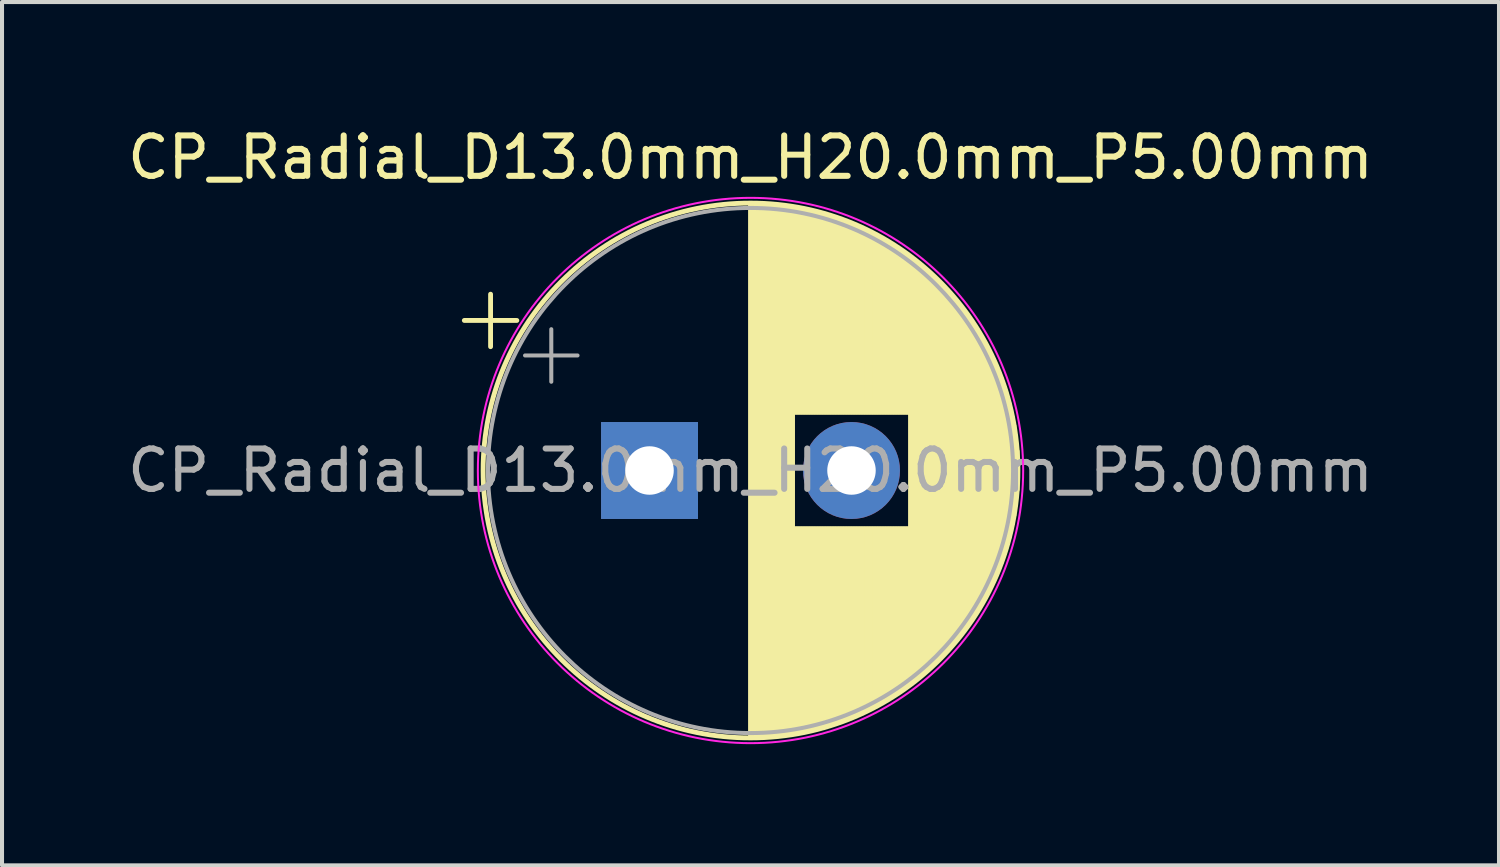
<source format=kicad_pcb>
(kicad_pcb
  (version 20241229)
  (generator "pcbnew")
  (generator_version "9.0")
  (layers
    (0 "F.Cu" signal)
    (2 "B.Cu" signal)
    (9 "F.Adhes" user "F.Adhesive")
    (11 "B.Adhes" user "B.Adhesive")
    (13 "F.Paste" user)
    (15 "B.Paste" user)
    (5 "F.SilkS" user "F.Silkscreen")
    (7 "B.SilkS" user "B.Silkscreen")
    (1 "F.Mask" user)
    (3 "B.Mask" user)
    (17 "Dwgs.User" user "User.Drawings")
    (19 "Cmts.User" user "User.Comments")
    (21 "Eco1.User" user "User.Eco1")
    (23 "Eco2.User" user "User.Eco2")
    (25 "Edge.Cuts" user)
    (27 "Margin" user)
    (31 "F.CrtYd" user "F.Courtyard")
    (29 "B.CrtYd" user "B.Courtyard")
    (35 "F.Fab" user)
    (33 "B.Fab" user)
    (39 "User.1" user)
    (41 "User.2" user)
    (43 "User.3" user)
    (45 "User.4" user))
  (footprint "CP_Radial_D13.0mm_H20.0mm_P5.00mm"
    (layer "F.Cu")
    (at 13.03 8.598)
    (property "Reference" "CP_Radial_D13.0mm_H20.0mm_P5.00mm" (at 2.5 -7.75 0) (layer "F.SilkS") (effects (font (size 1 1) (thickness 0.15))))
    (attr through_hole)
    (fp_line (start -4.585 -3.715) (end -3.285 -3.715) (stroke (width 0.12) (type solid)) (layer "F.SilkS"))
    (fp_line (start -3.935 -4.365) (end -3.935 -3.065) (stroke (width 0.12) (type solid)) (layer "F.SilkS"))
    (fp_line (start 2.5 -6.58) (end 2.5 6.58) (stroke (width 0.12) (type solid)) (layer "F.SilkS"))
    (fp_line (start 2.54 -6.58) (end 2.54 6.58) (stroke (width 0.12) (type solid)) (layer "F.SilkS"))
    (fp_line (start 2.58 -6.58) (end 2.58 6.58) (stroke (width 0.12) (type solid)) (layer "F.SilkS"))
    (fp_line (start 2.62 -6.579) (end 2.62 6.579) (stroke (width 0.12) (type solid)) (layer "F.SilkS"))
    (fp_line (start 2.66 -6.579) (end 2.66 6.579) (stroke (width 0.12) (type solid)) (layer "F.SilkS"))
    (fp_line (start 2.7 -6.577) (end 2.7 6.577) (stroke (width 0.12) (type solid)) (layer "F.SilkS"))
    (fp_line (start 2.74 -6.576) (end 2.74 6.576) (stroke (width 0.12) (type solid)) (layer "F.SilkS"))
    (fp_line (start 2.78 -6.575) (end 2.78 6.575) (stroke (width 0.12) (type solid)) (layer "F.SilkS"))
    (fp_line (start 2.82 -6.573) (end 2.82 6.573) (stroke (width 0.12) (type solid)) (layer "F.SilkS"))
    (fp_line (start 2.86 -6.571) (end 2.86 6.571) (stroke (width 0.12) (type solid)) (layer "F.SilkS"))
    (fp_line (start 2.9 -6.568) (end 2.9 6.568) (stroke (width 0.12) (type solid)) (layer "F.SilkS"))
    (fp_line (start 2.94 -6.566) (end 2.94 6.566) (stroke (width 0.12) (type solid)) (layer "F.SilkS"))
    (fp_line (start 2.98 -6.563) (end 2.98 6.563) (stroke (width 0.12) (type solid)) (layer "F.SilkS"))
    (fp_line (start 3.02 -6.56) (end 3.02 6.56) (stroke (width 0.12) (type solid)) (layer "F.SilkS"))
    (fp_line (start 3.06 -6.557) (end 3.06 6.557) (stroke (width 0.12) (type solid)) (layer "F.SilkS"))
    (fp_line (start 3.1 -6.553) (end 3.1 6.553) (stroke (width 0.12) (type solid)) (layer "F.SilkS"))
    (fp_line (start 3.14 -6.549) (end 3.14 6.549) (stroke (width 0.12) (type solid)) (layer "F.SilkS"))
    (fp_line (start 3.18 -6.545) (end 3.18 6.545) (stroke (width 0.12) (type solid)) (layer "F.SilkS"))
    (fp_line (start 3.221 -6.541) (end 3.221 6.541) (stroke (width 0.12) (type solid)) (layer "F.SilkS"))
    (fp_line (start 3.261 -6.537) (end 3.261 6.537) (stroke (width 0.12) (type solid)) (layer "F.SilkS"))
    (fp_line (start 3.301 -6.532) (end 3.301 6.532) (stroke (width 0.12) (type solid)) (layer "F.SilkS"))
    (fp_line (start 3.341 -6.527) (end 3.341 6.527) (stroke (width 0.12) (type solid)) (layer "F.SilkS"))
    (fp_line (start 3.381 -6.522) (end 3.381 6.522) (stroke (width 0.12) (type solid)) (layer "F.SilkS"))
    (fp_line (start 3.421 -6.516) (end 3.421 6.516) (stroke (width 0.12) (type solid)) (layer "F.SilkS"))
    (fp_line (start 3.461 -6.511) (end 3.461 6.511) (stroke (width 0.12) (type solid)) (layer "F.SilkS"))
    (fp_line (start 3.501 -6.505) (end 3.501 6.505) (stroke (width 0.12) (type solid)) (layer "F.SilkS"))
    (fp_line (start 3.541 -6.498) (end 3.541 6.498) (stroke (width 0.12) (type solid)) (layer "F.SilkS"))
    (fp_line (start 3.581 -6.492) (end 3.581 -1.44) (stroke (width 0.12) (type solid)) (layer "F.SilkS"))
    (fp_line (start 3.581 1.44) (end 3.581 6.492) (stroke (width 0.12) (type solid)) (layer "F.SilkS"))
    (fp_line (start 3.621 -6.485) (end 3.621 -1.44) (stroke (width 0.12) (type solid)) (layer "F.SilkS"))
    (fp_line (start 3.621 1.44) (end 3.621 6.485) (stroke (width 0.12) (type solid)) (layer "F.SilkS"))
    (fp_line (start 3.661 -6.478) (end 3.661 -1.44) (stroke (width 0.12) (type solid)) (layer "F.SilkS"))
    (fp_line (start 3.661 1.44) (end 3.661 6.478) (stroke (width 0.12) (type solid)) (layer "F.SilkS"))
    (fp_line (start 3.701 -6.471) (end 3.701 -1.44) (stroke (width 0.12) (type solid)) (layer "F.SilkS"))
    (fp_line (start 3.701 1.44) (end 3.701 6.471) (stroke (width 0.12) (type solid)) (layer "F.SilkS"))
    (fp_line (start 3.741 -6.463) (end 3.741 -1.44) (stroke (width 0.12) (type solid)) (layer "F.SilkS"))
    (fp_line (start 3.741 1.44) (end 3.741 6.463) (stroke (width 0.12) (type solid)) (layer "F.SilkS"))
    (fp_line (start 3.781 -6.456) (end 3.781 -1.44) (stroke (width 0.12) (type solid)) (layer "F.SilkS"))
    (fp_line (start 3.781 1.44) (end 3.781 6.456) (stroke (width 0.12) (type solid)) (layer "F.SilkS"))
    (fp_line (start 3.821 -6.448) (end 3.821 -1.44) (stroke (width 0.12) (type solid)) (layer "F.SilkS"))
    (fp_line (start 3.821 1.44) (end 3.821 6.448) (stroke (width 0.12) (type solid)) (layer "F.SilkS"))
    (fp_line (start 3.861 -6.439) (end 3.861 -1.44) (stroke (width 0.12) (type solid)) (layer "F.SilkS"))
    (fp_line (start 3.861 1.44) (end 3.861 6.439) (stroke (width 0.12) (type solid)) (layer "F.SilkS"))
    (fp_line (start 3.901 -6.431) (end 3.901 -1.44) (stroke (width 0.12) (type solid)) (layer "F.SilkS"))
    (fp_line (start 3.901 1.44) (end 3.901 6.431) (stroke (width 0.12) (type solid)) (layer "F.SilkS"))
    (fp_line (start 3.941 -6.422) (end 3.941 -1.44) (stroke (width 0.12) (type solid)) (layer "F.SilkS"))
    (fp_line (start 3.941 1.44) (end 3.941 6.422) (stroke (width 0.12) (type solid)) (layer "F.SilkS"))
    (fp_line (start 3.981 -6.413) (end 3.981 -1.44) (stroke (width 0.12) (type solid)) (layer "F.SilkS"))
    (fp_line (start 3.981 1.44) (end 3.981 6.413) (stroke (width 0.12) (type solid)) (layer "F.SilkS"))
    (fp_line (start 4.021 -6.404) (end 4.021 -1.44) (stroke (width 0.12) (type solid)) (layer "F.SilkS"))
    (fp_line (start 4.021 1.44) (end 4.021 6.404) (stroke (width 0.12) (type solid)) (layer "F.SilkS"))
    (fp_line (start 4.061 -6.394) (end 4.061 -1.44) (stroke (width 0.12) (type solid)) (layer "F.SilkS"))
    (fp_line (start 4.061 1.44) (end 4.061 6.394) (stroke (width 0.12) (type solid)) (layer "F.SilkS"))
    (fp_line (start 4.101 -6.384) (end 4.101 -1.44) (stroke (width 0.12) (type solid)) (layer "F.SilkS"))
    (fp_line (start 4.101 1.44) (end 4.101 6.384) (stroke (width 0.12) (type solid)) (layer "F.SilkS"))
    (fp_line (start 4.141 -6.374) (end 4.141 -1.44) (stroke (width 0.12) (type solid)) (layer "F.SilkS"))
    (fp_line (start 4.141 1.44) (end 4.141 6.374) (stroke (width 0.12) (type solid)) (layer "F.SilkS"))
    (fp_line (start 4.181 -6.364) (end 4.181 -1.44) (stroke (width 0.12) (type solid)) (layer "F.SilkS"))
    (fp_line (start 4.181 1.44) (end 4.181 6.364) (stroke (width 0.12) (type solid)) (layer "F.SilkS"))
    (fp_line (start 4.221 -6.353) (end 4.221 -1.44) (stroke (width 0.12) (type solid)) (layer "F.SilkS"))
    (fp_line (start 4.221 1.44) (end 4.221 6.353) (stroke (width 0.12) (type solid)) (layer "F.SilkS"))
    (fp_line (start 4.261 -6.342) (end 4.261 -1.44) (stroke (width 0.12) (type solid)) (layer "F.SilkS"))
    (fp_line (start 4.261 1.44) (end 4.261 6.342) (stroke (width 0.12) (type solid)) (layer "F.SilkS"))
    (fp_line (start 4.301 -6.331) (end 4.301 -1.44) (stroke (width 0.12) (type solid)) (layer "F.SilkS"))
    (fp_line (start 4.301 1.44) (end 4.301 6.331) (stroke (width 0.12) (type solid)) (layer "F.SilkS"))
    (fp_line (start 4.341 -6.32) (end 4.341 -1.44) (stroke (width 0.12) (type solid)) (layer "F.SilkS"))
    (fp_line (start 4.341 1.44) (end 4.341 6.32) (stroke (width 0.12) (type solid)) (layer "F.SilkS"))
    (fp_line (start 4.381 -6.308) (end 4.381 -1.44) (stroke (width 0.12) (type solid)) (layer "F.SilkS"))
    (fp_line (start 4.381 1.44) (end 4.381 6.308) (stroke (width 0.12) (type solid)) (layer "F.SilkS"))
    (fp_line (start 4.421 -6.296) (end 4.421 -1.44) (stroke (width 0.12) (type solid)) (layer "F.SilkS"))
    (fp_line (start 4.421 1.44) (end 4.421 6.296) (stroke (width 0.12) (type solid)) (layer "F.SilkS"))
    (fp_line (start 4.461 -6.284) (end 4.461 -1.44) (stroke (width 0.12) (type solid)) (layer "F.SilkS"))
    (fp_line (start 4.461 1.44) (end 4.461 6.284) (stroke (width 0.12) (type solid)) (layer "F.SilkS"))
    (fp_line (start 4.501 -6.271) (end 4.501 -1.44) (stroke (width 0.12) (type solid)) (layer "F.SilkS"))
    (fp_line (start 4.501 1.44) (end 4.501 6.271) (stroke (width 0.12) (type solid)) (layer "F.SilkS"))
    (fp_line (start 4.541 -6.258) (end 4.541 -1.44) (stroke (width 0.12) (type solid)) (layer "F.SilkS"))
    (fp_line (start 4.541 1.44) (end 4.541 6.258) (stroke (width 0.12) (type solid)) (layer "F.SilkS"))
    (fp_line (start 4.581 -6.245) (end 4.581 -1.44) (stroke (width 0.12) (type solid)) (layer "F.SilkS"))
    (fp_line (start 4.581 1.44) (end 4.581 6.245) (stroke (width 0.12) (type solid)) (layer "F.SilkS"))
    (fp_line (start 4.621 -6.232) (end 4.621 -1.44) (stroke (width 0.12) (type solid)) (layer "F.SilkS"))
    (fp_line (start 4.621 1.44) (end 4.621 6.232) (stroke (width 0.12) (type solid)) (layer "F.SilkS"))
    (fp_line (start 4.661 -6.218) (end 4.661 -1.44) (stroke (width 0.12) (type solid)) (layer "F.SilkS"))
    (fp_line (start 4.661 1.44) (end 4.661 6.218) (stroke (width 0.12) (type solid)) (layer "F.SilkS"))
    (fp_line (start 4.701 -6.204) (end 4.701 -1.44) (stroke (width 0.12) (type solid)) (layer "F.SilkS"))
    (fp_line (start 4.701 1.44) (end 4.701 6.204) (stroke (width 0.12) (type solid)) (layer "F.SilkS"))
    (fp_line (start 4.741 -6.19) (end 4.741 -1.44) (stroke (width 0.12) (type solid)) (layer "F.SilkS"))
    (fp_line (start 4.741 1.44) (end 4.741 6.19) (stroke (width 0.12) (type solid)) (layer "F.SilkS"))
    (fp_line (start 4.781 -6.175) (end 4.781 -1.44) (stroke (width 0.12) (type solid)) (layer "F.SilkS"))
    (fp_line (start 4.781 1.44) (end 4.781 6.175) (stroke (width 0.12) (type solid)) (layer "F.SilkS"))
    (fp_line (start 4.821 -6.161) (end 4.821 -1.44) (stroke (width 0.12) (type solid)) (layer "F.SilkS"))
    (fp_line (start 4.821 1.44) (end 4.821 6.161) (stroke (width 0.12) (type solid)) (layer "F.SilkS"))
    (fp_line (start 4.861 -6.146) (end 4.861 -1.44) (stroke (width 0.12) (type solid)) (layer "F.SilkS"))
    (fp_line (start 4.861 1.44) (end 4.861 6.146) (stroke (width 0.12) (type solid)) (layer "F.SilkS"))
    (fp_line (start 4.901 -6.13) (end 4.901 -1.44) (stroke (width 0.12) (type solid)) (layer "F.SilkS"))
    (fp_line (start 4.901 1.44) (end 4.901 6.13) (stroke (width 0.12) (type solid)) (layer "F.SilkS"))
    (fp_line (start 4.941 -6.114) (end 4.941 -1.44) (stroke (width 0.12) (type solid)) (layer "F.SilkS"))
    (fp_line (start 4.941 1.44) (end 4.941 6.114) (stroke (width 0.12) (type solid)) (layer "F.SilkS"))
    (fp_line (start 4.981 -6.098) (end 4.981 -1.44) (stroke (width 0.12) (type solid)) (layer "F.SilkS"))
    (fp_line (start 4.981 1.44) (end 4.981 6.098) (stroke (width 0.12) (type solid)) (layer "F.SilkS"))
    (fp_line (start 5.021 -6.082) (end 5.021 -1.44) (stroke (width 0.12) (type solid)) (layer "F.SilkS"))
    (fp_line (start 5.021 1.44) (end 5.021 6.082) (stroke (width 0.12) (type solid)) (layer "F.SilkS"))
    (fp_line (start 5.061 -6.065) (end 5.061 -1.44) (stroke (width 0.12) (type solid)) (layer "F.SilkS"))
    (fp_line (start 5.061 1.44) (end 5.061 6.065) (stroke (width 0.12) (type solid)) (layer "F.SilkS"))
    (fp_line (start 5.101 -6.049) (end 5.101 -1.44) (stroke (width 0.12) (type solid)) (layer "F.SilkS"))
    (fp_line (start 5.101 1.44) (end 5.101 6.049) (stroke (width 0.12) (type solid)) (layer "F.SilkS"))
    (fp_line (start 5.141 -6.031) (end 5.141 -1.44) (stroke (width 0.12) (type solid)) (layer "F.SilkS"))
    (fp_line (start 5.141 1.44) (end 5.141 6.031) (stroke (width 0.12) (type solid)) (layer "F.SilkS"))
    (fp_line (start 5.181 -6.014) (end 5.181 -1.44) (stroke (width 0.12) (type solid)) (layer "F.SilkS"))
    (fp_line (start 5.181 1.44) (end 5.181 6.014) (stroke (width 0.12) (type solid)) (layer "F.SilkS"))
    (fp_line (start 5.221 -5.996) (end 5.221 -1.44) (stroke (width 0.12) (type solid)) (layer "F.SilkS"))
    (fp_line (start 5.221 1.44) (end 5.221 5.996) (stroke (width 0.12) (type solid)) (layer "F.SilkS"))
    (fp_line (start 5.261 -5.978) (end 5.261 -1.44) (stroke (width 0.12) (type solid)) (layer "F.SilkS"))
    (fp_line (start 5.261 1.44) (end 5.261 5.978) (stroke (width 0.12) (type solid)) (layer "F.SilkS"))
    (fp_line (start 5.301 -5.959) (end 5.301 -1.44) (stroke (width 0.12) (type solid)) (layer "F.SilkS"))
    (fp_line (start 5.301 1.44) (end 5.301 5.959) (stroke (width 0.12) (type solid)) (layer "F.SilkS"))
    (fp_line (start 5.341 -5.94) (end 5.341 -1.44) (stroke (width 0.12) (type solid)) (layer "F.SilkS"))
    (fp_line (start 5.341 1.44) (end 5.341 5.94) (stroke (width 0.12) (type solid)) (layer "F.SilkS"))
    (fp_line (start 5.381 -5.921) (end 5.381 -1.44) (stroke (width 0.12) (type solid)) (layer "F.SilkS"))
    (fp_line (start 5.381 1.44) (end 5.381 5.921) (stroke (width 0.12) (type solid)) (layer "F.SilkS"))
    (fp_line (start 5.421 -5.902) (end 5.421 -1.44) (stroke (width 0.12) (type solid)) (layer "F.SilkS"))
    (fp_line (start 5.421 1.44) (end 5.421 5.902) (stroke (width 0.12) (type solid)) (layer "F.SilkS"))
    (fp_line (start 5.461 -5.882) (end 5.461 -1.44) (stroke (width 0.12) (type solid)) (layer "F.SilkS"))
    (fp_line (start 5.461 1.44) (end 5.461 5.882) (stroke (width 0.12) (type solid)) (layer "F.SilkS"))
    (fp_line (start 5.501 -5.862) (end 5.501 -1.44) (stroke (width 0.12) (type solid)) (layer "F.SilkS"))
    (fp_line (start 5.501 1.44) (end 5.501 5.862) (stroke (width 0.12) (type solid)) (layer "F.SilkS"))
    (fp_line (start 5.541 -5.841) (end 5.541 -1.44) (stroke (width 0.12) (type solid)) (layer "F.SilkS"))
    (fp_line (start 5.541 1.44) (end 5.541 5.841) (stroke (width 0.12) (type solid)) (layer "F.SilkS"))
    (fp_line (start 5.581 -5.82) (end 5.581 -1.44) (stroke (width 0.12) (type solid)) (layer "F.SilkS"))
    (fp_line (start 5.581 1.44) (end 5.581 5.82) (stroke (width 0.12) (type solid)) (layer "F.SilkS"))
    (fp_line (start 5.621 -5.799) (end 5.621 -1.44) (stroke (width 0.12) (type solid)) (layer "F.SilkS"))
    (fp_line (start 5.621 1.44) (end 5.621 5.799) (stroke (width 0.12) (type solid)) (layer "F.SilkS"))
    (fp_line (start 5.661 -5.778) (end 5.661 -1.44) (stroke (width 0.12) (type solid)) (layer "F.SilkS"))
    (fp_line (start 5.661 1.44) (end 5.661 5.778) (stroke (width 0.12) (type solid)) (layer "F.SilkS"))
    (fp_line (start 5.701 -5.756) (end 5.701 -1.44) (stroke (width 0.12) (type solid)) (layer "F.SilkS"))
    (fp_line (start 5.701 1.44) (end 5.701 5.756) (stroke (width 0.12) (type solid)) (layer "F.SilkS"))
    (fp_line (start 5.741 -5.733) (end 5.741 -1.44) (stroke (width 0.12) (type solid)) (layer "F.SilkS"))
    (fp_line (start 5.741 1.44) (end 5.741 5.733) (stroke (width 0.12) (type solid)) (layer "F.SilkS"))
    (fp_line (start 5.781 -5.711) (end 5.781 -1.44) (stroke (width 0.12) (type solid)) (layer "F.SilkS"))
    (fp_line (start 5.781 1.44) (end 5.781 5.711) (stroke (width 0.12) (type solid)) (layer "F.SilkS"))
    (fp_line (start 5.821 -5.688) (end 5.821 -1.44) (stroke (width 0.12) (type solid)) (layer "F.SilkS"))
    (fp_line (start 5.821 1.44) (end 5.821 5.688) (stroke (width 0.12) (type solid)) (layer "F.SilkS"))
    (fp_line (start 5.861 -5.664) (end 5.861 -1.44) (stroke (width 0.12) (type solid)) (layer "F.SilkS"))
    (fp_line (start 5.861 1.44) (end 5.861 5.664) (stroke (width 0.12) (type solid)) (layer "F.SilkS"))
    (fp_line (start 5.901 -5.641) (end 5.901 -1.44) (stroke (width 0.12) (type solid)) (layer "F.SilkS"))
    (fp_line (start 5.901 1.44) (end 5.901 5.641) (stroke (width 0.12) (type solid)) (layer "F.SilkS"))
    (fp_line (start 5.941 -5.617) (end 5.941 -1.44) (stroke (width 0.12) (type solid)) (layer "F.SilkS"))
    (fp_line (start 5.941 1.44) (end 5.941 5.617) (stroke (width 0.12) (type solid)) (layer "F.SilkS"))
    (fp_line (start 5.981 -5.592) (end 5.981 -1.44) (stroke (width 0.12) (type solid)) (layer "F.SilkS"))
    (fp_line (start 5.981 1.44) (end 5.981 5.592) (stroke (width 0.12) (type solid)) (layer "F.SilkS"))
    (fp_line (start 6.021 -5.567) (end 6.021 -1.44) (stroke (width 0.12) (type solid)) (layer "F.SilkS"))
    (fp_line (start 6.021 1.44) (end 6.021 5.567) (stroke (width 0.12) (type solid)) (layer "F.SilkS"))
    (fp_line (start 6.061 -5.542) (end 6.061 -1.44) (stroke (width 0.12) (type solid)) (layer "F.SilkS"))
    (fp_line (start 6.061 1.44) (end 6.061 5.542) (stroke (width 0.12) (type solid)) (layer "F.SilkS"))
    (fp_line (start 6.101 -5.516) (end 6.101 -1.44) (stroke (width 0.12) (type solid)) (layer "F.SilkS"))
    (fp_line (start 6.101 1.44) (end 6.101 5.516) (stroke (width 0.12) (type solid)) (layer "F.SilkS"))
    (fp_line (start 6.141 -5.49) (end 6.141 -1.44) (stroke (width 0.12) (type solid)) (layer "F.SilkS"))
    (fp_line (start 6.141 1.44) (end 6.141 5.49) (stroke (width 0.12) (type solid)) (layer "F.SilkS"))
    (fp_line (start 6.181 -5.463) (end 6.181 -1.44) (stroke (width 0.12) (type solid)) (layer "F.SilkS"))
    (fp_line (start 6.181 1.44) (end 6.181 5.463) (stroke (width 0.12) (type solid)) (layer "F.SilkS"))
    (fp_line (start 6.221 -5.436) (end 6.221 -1.44) (stroke (width 0.12) (type solid)) (layer "F.SilkS"))
    (fp_line (start 6.221 1.44) (end 6.221 5.436) (stroke (width 0.12) (type solid)) (layer "F.SilkS"))
    (fp_line (start 6.261 -5.409) (end 6.261 -1.44) (stroke (width 0.12) (type solid)) (layer "F.SilkS"))
    (fp_line (start 6.261 1.44) (end 6.261 5.409) (stroke (width 0.12) (type solid)) (layer "F.SilkS"))
    (fp_line (start 6.301 -5.381) (end 6.301 -1.44) (stroke (width 0.12) (type solid)) (layer "F.SilkS"))
    (fp_line (start 6.301 1.44) (end 6.301 5.381) (stroke (width 0.12) (type solid)) (layer "F.SilkS"))
    (fp_line (start 6.341 -5.353) (end 6.341 -1.44) (stroke (width 0.12) (type solid)) (layer "F.SilkS"))
    (fp_line (start 6.341 1.44) (end 6.341 5.353) (stroke (width 0.12) (type solid)) (layer "F.SilkS"))
    (fp_line (start 6.381 -5.324) (end 6.381 -1.44) (stroke (width 0.12) (type solid)) (layer "F.SilkS"))
    (fp_line (start 6.381 1.44) (end 6.381 5.324) (stroke (width 0.12) (type solid)) (layer "F.SilkS"))
    (fp_line (start 6.421 -5.295) (end 6.421 -1.44) (stroke (width 0.12) (type solid)) (layer "F.SilkS"))
    (fp_line (start 6.421 1.44) (end 6.421 5.295) (stroke (width 0.12) (type solid)) (layer "F.SilkS"))
    (fp_line (start 6.461 -5.265) (end 6.461 5.265) (stroke (width 0.12) (type solid)) (layer "F.SilkS"))
    (fp_line (start 6.501 -5.235) (end 6.501 5.235) (stroke (width 0.12) (type solid)) (layer "F.SilkS"))
    (fp_line (start 6.541 -5.205) (end 6.541 5.205) (stroke (width 0.12) (type solid)) (layer "F.SilkS"))
    (fp_line (start 6.581 -5.174) (end 6.581 5.174) (stroke (width 0.12) (type solid)) (layer "F.SilkS"))
    (fp_line (start 6.621 -5.142) (end 6.621 5.142) (stroke (width 0.12) (type solid)) (layer "F.SilkS"))
    (fp_line (start 6.661 -5.11) (end 6.661 5.11) (stroke (width 0.12) (type solid)) (layer "F.SilkS"))
    (fp_line (start 6.701 -5.078) (end 6.701 5.078) (stroke (width 0.12) (type solid)) (layer "F.SilkS"))
    (fp_line (start 6.741 -5.044) (end 6.741 5.044) (stroke (width 0.12) (type solid)) (layer "F.SilkS"))
    (fp_line (start 6.781 -5.011) (end 6.781 5.011) (stroke (width 0.12) (type solid)) (layer "F.SilkS"))
    (fp_line (start 6.821 -4.977) (end 6.821 4.977) (stroke (width 0.12) (type solid)) (layer "F.SilkS"))
    (fp_line (start 6.861 -4.942) (end 6.861 4.942) (stroke (width 0.12) (type solid)) (layer "F.SilkS"))
    (fp_line (start 6.901 -4.907) (end 6.901 4.907) (stroke (width 0.12) (type solid)) (layer "F.SilkS"))
    (fp_line (start 6.941 -4.871) (end 6.941 4.871) (stroke (width 0.12) (type solid)) (layer "F.SilkS"))
    (fp_line (start 6.981 -4.834) (end 6.981 4.834) (stroke (width 0.12) (type solid)) (layer "F.SilkS"))
    (fp_line (start 7.021 -4.797) (end 7.021 4.797) (stroke (width 0.12) (type solid)) (layer "F.SilkS"))
    (fp_line (start 7.061 -4.76) (end 7.061 4.76) (stroke (width 0.12) (type solid)) (layer "F.SilkS"))
    (fp_line (start 7.101 -4.721) (end 7.101 4.721) (stroke (width 0.12) (type solid)) (layer "F.SilkS"))
    (fp_line (start 7.141 -4.682) (end 7.141 4.682) (stroke (width 0.12) (type solid)) (layer "F.SilkS"))
    (fp_line (start 7.181 -4.643) (end 7.181 4.643) (stroke (width 0.12) (type solid)) (layer "F.SilkS"))
    (fp_line (start 7.221 -4.602) (end 7.221 4.602) (stroke (width 0.12) (type solid)) (layer "F.SilkS"))
    (fp_line (start 7.261 -4.561) (end 7.261 4.561) (stroke (width 0.12) (type solid)) (layer "F.SilkS"))
    (fp_line (start 7.301 -4.519) (end 7.301 4.519) (stroke (width 0.12) (type solid)) (layer "F.SilkS"))
    (fp_line (start 7.341 -4.477) (end 7.341 4.477) (stroke (width 0.12) (type solid)) (layer "F.SilkS"))
    (fp_line (start 7.381 -4.434) (end 7.381 4.434) (stroke (width 0.12) (type solid)) (layer "F.SilkS"))
    (fp_line (start 7.421 -4.39) (end 7.421 4.39) (stroke (width 0.12) (type solid)) (layer "F.SilkS"))
    (fp_line (start 7.461 -4.345) (end 7.461 4.345) (stroke (width 0.12) (type solid)) (layer "F.SilkS"))
    (fp_line (start 7.501 -4.299) (end 7.501 4.299) (stroke (width 0.12) (type solid)) (layer "F.SilkS"))
    (fp_line (start 7.541 -4.253) (end 7.541 4.253) (stroke (width 0.12) (type solid)) (layer "F.SilkS"))
    (fp_line (start 7.581 -4.205) (end 7.581 4.205) (stroke (width 0.12) (type solid)) (layer "F.SilkS"))
    (fp_line (start 7.621 -4.157) (end 7.621 4.157) (stroke (width 0.12) (type solid)) (layer "F.SilkS"))
    (fp_line (start 7.661 -4.108) (end 7.661 4.108) (stroke (width 0.12) (type solid)) (layer "F.SilkS"))
    (fp_line (start 7.701 -4.057) (end 7.701 4.057) (stroke (width 0.12) (type solid)) (layer "F.SilkS"))
    (fp_line (start 7.741 -4.006) (end 7.741 4.006) (stroke (width 0.12) (type solid)) (layer "F.SilkS"))
    (fp_line (start 7.781 -3.954) (end 7.781 3.954) (stroke (width 0.12) (type solid)) (layer "F.SilkS"))
    (fp_line (start 7.821 -3.9) (end 7.821 3.9) (stroke (width 0.12) (type solid)) (layer "F.SilkS"))
    (fp_line (start 7.861 -3.846) (end 7.861 3.846) (stroke (width 0.12) (type solid)) (layer "F.SilkS"))
    (fp_line (start 7.901 -3.79) (end 7.901 3.79) (stroke (width 0.12) (type solid)) (layer "F.SilkS"))
    (fp_line (start 7.941 -3.733) (end 7.941 3.733) (stroke (width 0.12) (type solid)) (layer "F.SilkS"))
    (fp_line (start 7.981 -3.675) (end 7.981 3.675) (stroke (width 0.12) (type solid)) (layer "F.SilkS"))
    (fp_line (start 8.021 -3.615) (end 8.021 3.615) (stroke (width 0.12) (type solid)) (layer "F.SilkS"))
    (fp_line (start 8.061 -3.554) (end 8.061 3.554) (stroke (width 0.12) (type solid)) (layer "F.SilkS"))
    (fp_line (start 8.101 -3.491) (end 8.101 3.491) (stroke (width 0.12) (type solid)) (layer "F.SilkS"))
    (fp_line (start 8.141 -3.427) (end 8.141 3.427) (stroke (width 0.12) (type solid)) (layer "F.SilkS"))
    (fp_line (start 8.181 -3.361) (end 8.181 3.361) (stroke (width 0.12) (type solid)) (layer "F.SilkS"))
    (fp_line (start 8.221 -3.293) (end 8.221 3.293) (stroke (width 0.12) (type solid)) (layer "F.SilkS"))
    (fp_line (start 8.261 -3.223) (end 8.261 3.223) (stroke (width 0.12) (type solid)) (layer "F.SilkS"))
    (fp_line (start 8.301 -3.152) (end 8.301 3.152) (stroke (width 0.12) (type solid)) (layer "F.SilkS"))
    (fp_line (start 8.341 -3.078) (end 8.341 3.078) (stroke (width 0.12) (type solid)) (layer "F.SilkS"))
    (fp_line (start 8.381 -3.002) (end 8.381 3.002) (stroke (width 0.12) (type solid)) (layer "F.SilkS"))
    (fp_line (start 8.421 -2.923) (end 8.421 2.923) (stroke (width 0.12) (type solid)) (layer "F.SilkS"))
    (fp_line (start 8.461 -2.842) (end 8.461 2.842) (stroke (width 0.12) (type solid)) (layer "F.SilkS"))
    (fp_line (start 8.501 -2.758) (end 8.501 2.758) (stroke (width 0.12) (type solid)) (layer "F.SilkS"))
    (fp_line (start 8.541 -2.67) (end 8.541 2.67) (stroke (width 0.12) (type solid)) (layer "F.SilkS"))
    (fp_line (start 8.581 -2.579) (end 8.581 2.579) (stroke (width 0.12) (type solid)) (layer "F.SilkS"))
    (fp_line (start 8.621 -2.484) (end 8.621 2.484) (stroke (width 0.12) (type solid)) (layer "F.SilkS"))
    (fp_line (start 8.661 -2.385) (end 8.661 2.385) (stroke (width 0.12) (type solid)) (layer "F.SilkS"))
    (fp_line (start 8.701 -2.281) (end 8.701 2.281) (stroke (width 0.12) (type solid)) (layer "F.SilkS"))
    (fp_line (start 8.741 -2.171) (end 8.741 2.171) (stroke (width 0.12) (type solid)) (layer "F.SilkS"))
    (fp_line (start 8.781 -2.055) (end 8.781 2.055) (stroke (width 0.12) (type solid)) (layer "F.SilkS"))
    (fp_line (start 8.821 -1.931) (end 8.821 1.931) (stroke (width 0.12) (type solid)) (layer "F.SilkS"))
    (fp_line (start 8.861 -1.798) (end 8.861 1.798) (stroke (width 0.12) (type solid)) (layer "F.SilkS"))
    (fp_line (start 8.901 -1.653) (end 8.901 1.653) (stroke (width 0.12) (type solid)) (layer "F.SilkS"))
    (fp_line (start 8.941 -1.494) (end 8.941 1.494) (stroke (width 0.12) (type solid)) (layer "F.SilkS"))
    (fp_line (start 8.981 -1.315) (end 8.981 1.315) (stroke (width 0.12) (type solid)) (layer "F.SilkS"))
    (fp_line (start 9.021 -1.107) (end 9.021 1.107) (stroke (width 0.12) (type solid)) (layer "F.SilkS"))
    (fp_line (start 9.061 -0.85) (end 9.061 0.85) (stroke (width 0.12) (type solid)) (layer "F.SilkS"))
    (fp_line (start 9.101 -0.475) (end 9.101 0.475) (stroke (width 0.12) (type solid)) (layer "F.SilkS"))
    (fp_circle (center 2.5 0) (end 9.12 0) (stroke (width 0.12) (type solid)) (fill no) (layer "F.SilkS"))
    (fp_circle (center 2.5 0) (end 9.25 0) (stroke (width 0.05) (type solid)) (fill no) (layer "F.CrtYd"))
    (fp_line (start -3.082 -2.848) (end -1.782 -2.848) (stroke (width 0.1) (type solid)) (layer "F.Fab"))
    (fp_line (start -2.432 -3.498) (end -2.432 -2.197) (stroke (width 0.1) (type solid)) (layer "F.Fab"))
    (fp_circle (center 2.5 0) (end 9 0) (stroke (width 0.1) (type solid)) (fill no) (layer "F.Fab"))
    (fp_text user "${REFERENCE}" (at 2.5 0 0) (layer "F.Fab") (effects (font (size 1 1) (thickness 0.15))))
    (pad "1" thru_hole rect (at 0 0) (size 2.4 2.4) (drill 1.2) (layers "*.Cu" "*.Mask"))
    (pad "2" thru_hole circle (at 5 0) (size 2.4 2.4) (drill 1.2) (layers "*.Cu" "*.Mask")))
  (gr_rect
    (start -3 -3)
    (end 34.06 18.373)
    (stroke (width 0.1) (type default))
    (fill no)
    (layer "Edge.Cuts")))
</source>
